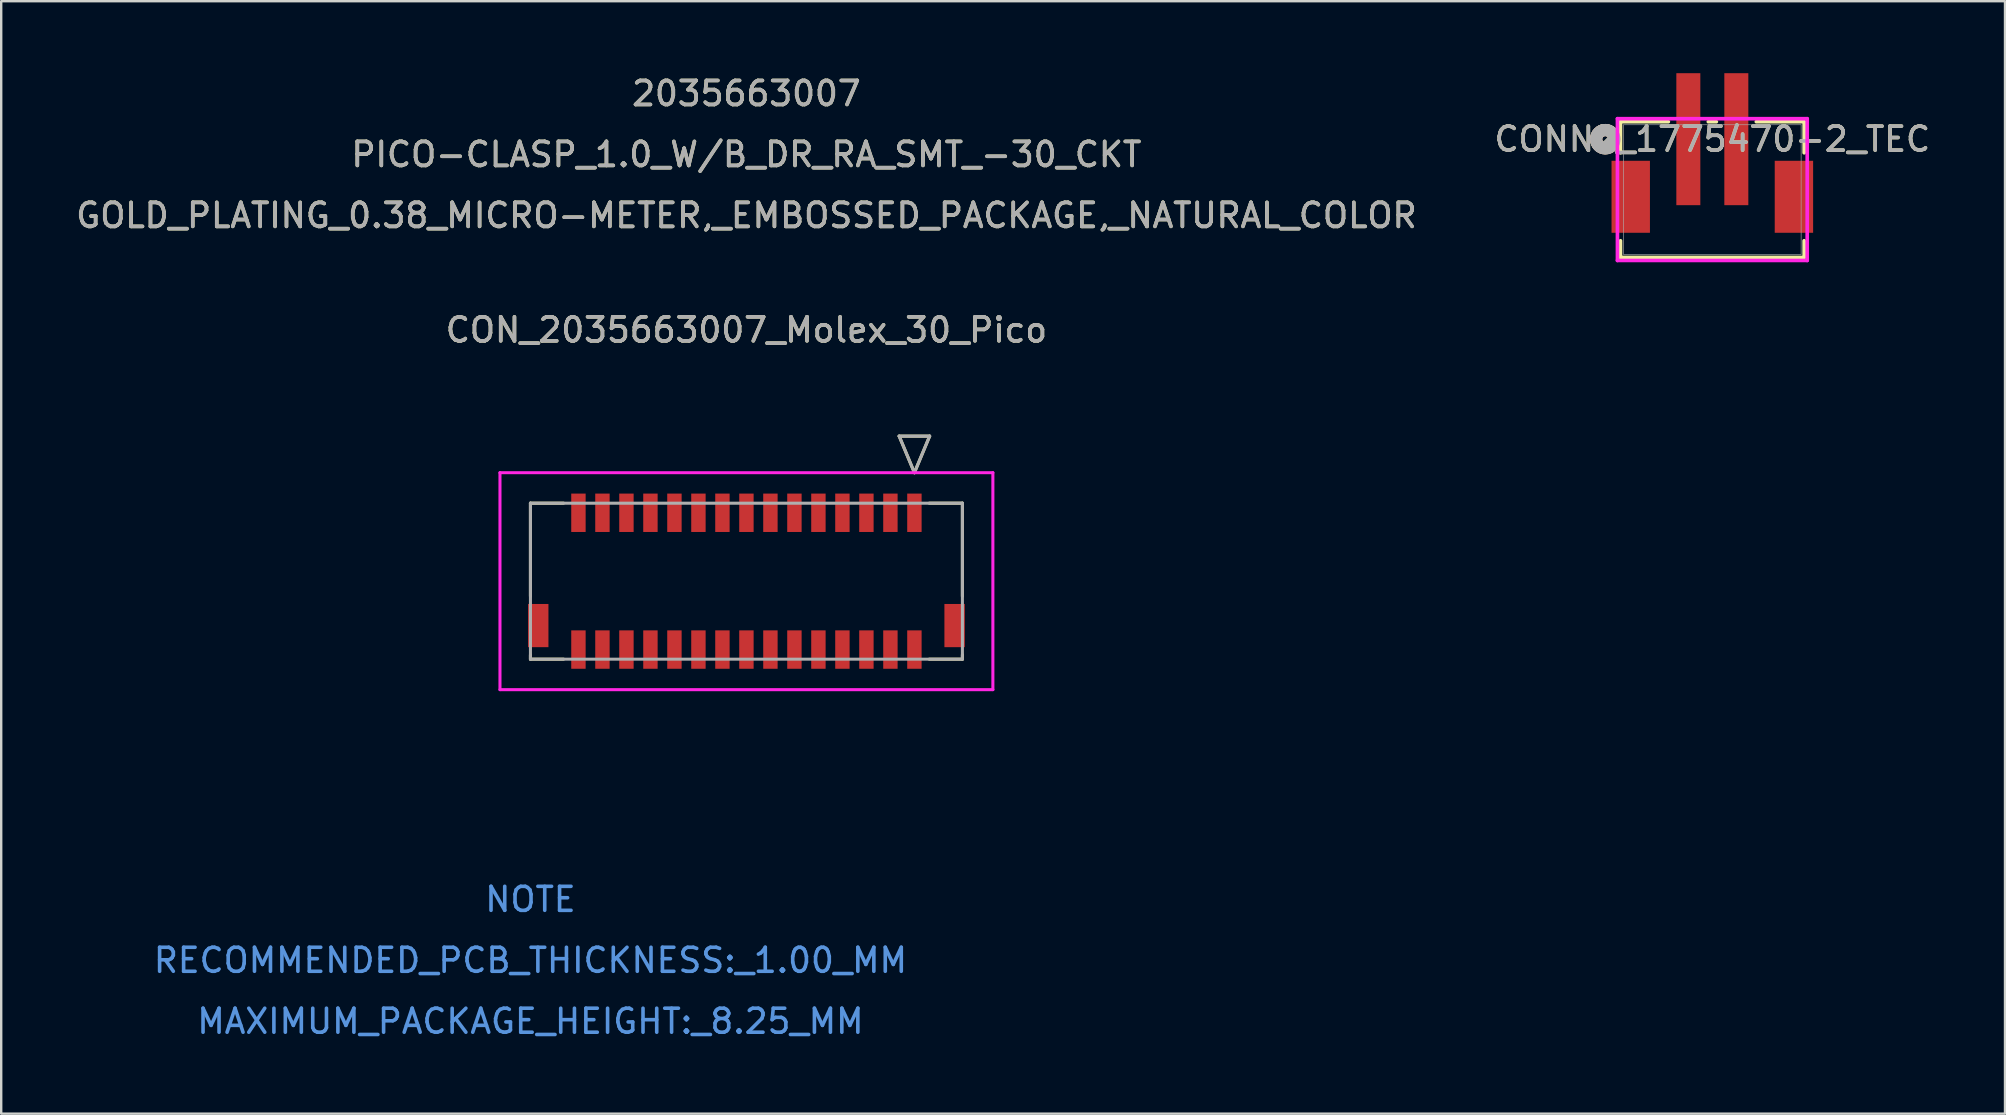
<source format=kicad_pcb>
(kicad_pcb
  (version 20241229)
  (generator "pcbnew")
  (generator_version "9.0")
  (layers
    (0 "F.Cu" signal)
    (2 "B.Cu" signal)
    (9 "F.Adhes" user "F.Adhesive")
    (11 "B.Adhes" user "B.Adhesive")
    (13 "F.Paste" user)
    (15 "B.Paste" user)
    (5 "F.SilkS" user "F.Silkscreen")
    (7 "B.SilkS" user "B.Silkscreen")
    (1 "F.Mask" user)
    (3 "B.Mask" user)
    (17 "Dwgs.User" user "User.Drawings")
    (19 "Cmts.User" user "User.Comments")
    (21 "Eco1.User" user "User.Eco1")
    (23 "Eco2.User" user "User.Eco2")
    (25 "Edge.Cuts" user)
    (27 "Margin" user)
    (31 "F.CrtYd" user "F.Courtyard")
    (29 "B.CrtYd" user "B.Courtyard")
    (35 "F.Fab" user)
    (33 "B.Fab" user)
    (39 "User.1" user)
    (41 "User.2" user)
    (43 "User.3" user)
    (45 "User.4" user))
  (footprint "CON_2035663007_Molex_30_Pico"
    (layer "F.Cu")
    (at 35.054 18.318)
    (property "Reference" "CON_2035663007_Molex_30_Pico" (at -7 -7.62 0) (unlocked yes) (layer "F.SilkS") (effects (font (size 1 1) (thickness 0.15))))
    (attr smd)
    (fp_line (start -16 -0.4) (end -16 3.48) (stroke (width 0.127) (type solid)) (layer "F.SilkS"))
    (fp_line (start -16 5.92) (end -16 6.1) (stroke (width 0.127) (type solid)) (layer "F.SilkS"))
    (fp_line (start -16 6.1) (end -14.62 6.1) (stroke (width 0.127) (type solid)) (layer "F.SilkS"))
    (fp_line (start -14.62 -0.4) (end -16 -0.4) (stroke (width 0.127) (type solid)) (layer "F.SilkS"))
    (fp_line (start -0.635 -3.194) (end 0 -1.67) (stroke (width 0.127) (type solid)) (layer "F.SilkS"))
    (fp_line (start 0 -1.67) (end 0.635 -3.194) (stroke (width 0.127) (type solid)) (layer "F.SilkS"))
    (fp_line (start 0.62 6.1) (end 2 6.1) (stroke (width 0.127) (type solid)) (layer "F.SilkS"))
    (fp_line (start 0.635 -3.194) (end -0.635 -3.194) (stroke (width 0.127) (type solid)) (layer "F.SilkS"))
    (fp_line (start 2 -0.4) (end 0.62 -0.4) (stroke (width 0.127) (type solid)) (layer "F.SilkS"))
    (fp_line (start 2 3.48) (end 2 -0.4) (stroke (width 0.127) (type solid)) (layer "F.SilkS"))
    (fp_line (start 2 6.1) (end 2 5.92) (stroke (width 0.127) (type solid)) (layer "F.SilkS"))
    (fp_line (start -17.27 -1.67) (end -17.27 7.37) (stroke (width 0.127) (type solid)) (layer "F.CrtYd"))
    (fp_line (start -17.27 7.37) (end 3.27 7.37) (stroke (width 0.127) (type solid)) (layer "F.CrtYd"))
    (fp_line (start 3.27 -1.67) (end -17.27 -1.67) (stroke (width 0.127) (type solid)) (layer "F.CrtYd"))
    (fp_line (start 3.27 7.37) (end 3.27 -1.67) (stroke (width 0.127) (type solid)) (layer "F.CrtYd"))
    (fp_line (start -16 -0.4) (end -16 6.1) (stroke (width 0.127) (type solid)) (layer "F.Fab"))
    (fp_line (start -16 6.1) (end 2 6.1) (stroke (width 0.127) (type solid)) (layer "F.Fab"))
    (fp_line (start -0.635 -3.194) (end 0 -1.67) (stroke (width 0.127) (type solid)) (layer "F.Fab"))
    (fp_line (start 0 -1.67) (end 0.635 -3.194) (stroke (width 0.127) (type solid)) (layer "F.Fab"))
    (fp_line (start 0.635 -3.194) (end -0.635 -3.194) (stroke (width 0.127) (type solid)) (layer "F.Fab"))
    (fp_line (start 2 -0.4) (end -16 -0.4) (stroke (width 0.127) (type solid)) (layer "F.Fab"))
    (fp_line (start 2 6.1) (end 2 -0.4) (stroke (width 0.127) (type solid)) (layer "F.Fab"))
    (fp_text user "PICO-CLASP_1.0_W/B_DR_RA_SMT_-30_CKT" (at -7 -14.93 0) (unlocked yes) (layer "F.SilkS") (effects (font (size 1 1) (thickness 0.15))))
    (fp_text user "GOLD_PLATING_0.38_MICRO-METER,_EMBOSSED_PACKAGE,_NATURAL_COLOR" (at -7 -12.39 0) (unlocked yes) (layer "F.SilkS") (effects (font (size 1 1) (thickness 0.15))))
    (fp_text user "2035663007" (at -7 -17.47 0) (unlocked yes) (layer "F.SilkS") (effects (font (size 1 1) (thickness 0.15))))
    (fp_text user "MAXIMUM_PACKAGE_HEIGHT:_8.25_MM" (at -16 21.19 0) (unlocked yes) (layer "Cmts.User") (effects (font (size 1 1) (thickness 0.15))))
    (fp_text user "NOTE" (at -16 16.11 0) (unlocked yes) (layer "Cmts.User") (effects (font (size 1 1) (thickness 0.15))))
    (fp_text user "RECOMMENDED_PCB_THICKNESS:_1.00_MM" (at -16 18.65 0) (unlocked yes) (layer "Cmts.User") (effects (font (size 1 1) (thickness 0.15))))
    (fp_text user "2035663007" (at -7 -17.47 0) (unlocked yes) (layer "F.Fab") (effects (font (size 1 1) (thickness 0.15))))
    (fp_text user "${REFERENCE}" (at -7 -7.62 0) (unlocked yes) (layer "F.Fab") (effects (font (size 1 1) (thickness 0.15))))
    (fp_text user "PICO-CLASP_1.0_W/B_DR_RA_SMT_-30_CKT" (at -7 -14.93 0) (unlocked yes) (layer "F.Fab") (effects (font (size 1 1) (thickness 0.15))))
    (fp_text user "GOLD_PLATING_0.38_MICRO-METER,_EMBOSSED_PACKAGE,_NATURAL_COLOR" (at -7 -12.39 0) (unlocked yes) (layer "F.Fab") (effects (font (size 1 1) (thickness 0.15))))
    (pad "1" smd rect (at 0 0) (size 0.6 1.6) (layers "F.Cu" "F.Mask" "F.Paste"))
    (pad "2" smd rect (at 0 5.7) (size 0.6 1.6) (layers "F.Cu" "F.Mask" "F.Paste"))
    (pad "3" smd rect (at -1 0) (size 0.6 1.6) (layers "F.Cu" "F.Mask" "F.Paste"))
    (pad "4" smd rect (at -1 5.7) (size 0.6 1.6) (layers "F.Cu" "F.Mask" "F.Paste"))
    (pad "5" smd rect (at -2 0) (size 0.6 1.6) (layers "F.Cu" "F.Mask" "F.Paste"))
    (pad "6" smd rect (at -2 5.7) (size 0.6 1.6) (layers "F.Cu" "F.Mask" "F.Paste"))
    (pad "7" smd rect (at -3 0) (size 0.6 1.6) (layers "F.Cu" "F.Mask" "F.Paste"))
    (pad "8" smd rect (at -3 5.7) (size 0.6 1.6) (layers "F.Cu" "F.Mask" "F.Paste"))
    (pad "9" smd rect (at -4 0) (size 0.6 1.6) (layers "F.Cu" "F.Mask" "F.Paste"))
    (pad "10" smd rect (at -4 5.7) (size 0.6 1.6) (layers "F.Cu" "F.Mask" "F.Paste"))
    (pad "11" smd rect (at -5 0) (size 0.6 1.6) (layers "F.Cu" "F.Mask" "F.Paste"))
    (pad "12" smd rect (at -5 5.7) (size 0.6 1.6) (layers "F.Cu" "F.Mask" "F.Paste"))
    (pad "13" smd rect (at -6 0) (size 0.6 1.6) (layers "F.Cu" "F.Mask" "F.Paste"))
    (pad "14" smd rect (at -6 5.7) (size 0.6 1.6) (layers "F.Cu" "F.Mask" "F.Paste"))
    (pad "15" smd rect (at -7 0) (size 0.6 1.6) (layers "F.Cu" "F.Mask" "F.Paste"))
    (pad "16" smd rect (at -7 5.7) (size 0.6 1.6) (layers "F.Cu" "F.Mask" "F.Paste"))
    (pad "17" smd rect (at -8 0) (size 0.6 1.6) (layers "F.Cu" "F.Mask" "F.Paste"))
    (pad "18" smd rect (at -8 5.7) (size 0.6 1.6) (layers "F.Cu" "F.Mask" "F.Paste"))
    (pad "19" smd rect (at -9 0) (size 0.6 1.6) (layers "F.Cu" "F.Mask" "F.Paste"))
    (pad "20" smd rect (at -9 5.7) (size 0.6 1.6) (layers "F.Cu" "F.Mask" "F.Paste"))
    (pad "21" smd rect (at -10 0) (size 0.6 1.6) (layers "F.Cu" "F.Mask" "F.Paste"))
    (pad "22" smd rect (at -10 5.7) (size 0.6 1.6) (layers "F.Cu" "F.Mask" "F.Paste"))
    (pad "23" smd rect (at -11 0) (size 0.6 1.6) (layers "F.Cu" "F.Mask" "F.Paste"))
    (pad "24" smd rect (at -11 5.7) (size 0.6 1.6) (layers "F.Cu" "F.Mask" "F.Paste"))
    (pad "25" smd rect (at -12 0) (size 0.6 1.6) (layers "F.Cu" "F.Mask" "F.Paste"))
    (pad "26" smd rect (at -12 5.7) (size 0.6 1.6) (layers "F.Cu" "F.Mask" "F.Paste"))
    (pad "27" smd rect (at -13 0) (size 0.6 1.6) (layers "F.Cu" "F.Mask" "F.Paste"))
    (pad "28" smd rect (at -13 5.7) (size 0.6 1.6) (layers "F.Cu" "F.Mask" "F.Paste"))
    (pad "29" smd rect (at -14 0) (size 0.6 1.6) (layers "F.Cu" "F.Mask" "F.Paste"))
    (pad "30" smd rect (at -14 5.7) (size 0.6 1.6) (layers "F.Cu" "F.Mask" "F.Paste"))
    (pad "31" smd rect (at 1.675 4.7) (size 0.85 1.8) (layers "F.Cu" "F.Mask" "F.Paste"))
    (pad "32" smd rect (at -15.675 4.7) (size 0.85 1.8) (layers "F.Cu" "F.Mask" "F.Paste")))
  (footprint "CONN2_1775470-2_TEC"
    (layer "F.Cu")
    (at 69.304 2.75)
    (property "Reference" "CONN2_1775470-2_TEC" (at -1 0 0) (unlocked yes) (layer "F.SilkS") (effects (font (size 1 1) (thickness 0.15))))
    (attr smd)
    (fp_line (start -4.827 -0.727) (end -4.827 0.567) (stroke (width 0.152) (type solid)) (layer "F.SilkS"))
    (fp_line (start -4.827 4.233) (end -4.827 4.927) (stroke (width 0.152) (type solid)) (layer "F.SilkS"))
    (fp_line (start -4.827 4.927) (end 2.827 4.927) (stroke (width 0.152) (type solid)) (layer "F.SilkS"))
    (fp_line (start -2.833 -0.727) (end -4.827 -0.727) (stroke (width 0.152) (type solid)) (layer "F.SilkS"))
    (fp_line (start -0.833 -0.727) (end -1.167 -0.727) (stroke (width 0.152) (type solid)) (layer "F.SilkS"))
    (fp_line (start 2.827 -0.727) (end 0.833 -0.727) (stroke (width 0.152) (type solid)) (layer "F.SilkS"))
    (fp_line (start 2.827 0.567) (end 2.827 -0.727) (stroke (width 0.152) (type solid)) (layer "F.SilkS"))
    (fp_line (start 2.827 4.927) (end 2.827 4.233) (stroke (width 0.152) (type solid)) (layer "F.SilkS"))
    (fp_circle (center -5.462 0) (end -5.081 0) (stroke (width 0.508) (type solid)) (fill no) (layer "F.SilkS"))
    (fp_circle (center -5.462 0) (end -5.081 0) (stroke (width 0.508) (type solid)) (fill no) (layer "B.SilkS"))
    (fp_line (start -4.954 -0.854) (end -4.954 5.054) (stroke (width 0.152) (type solid)) (layer "F.CrtYd"))
    (fp_line (start -4.954 5.054) (end 2.954 5.054) (stroke (width 0.152) (type solid)) (layer "F.CrtYd"))
    (fp_line (start 2.954 -0.854) (end -4.954 -0.854) (stroke (width 0.152) (type solid)) (layer "F.CrtYd"))
    (fp_line (start 2.954 5.054) (end 2.954 -0.854) (stroke (width 0.152) (type solid)) (layer "F.CrtYd"))
    (fp_line (start -4.7 -0.6) (end -4.7 4.8) (stroke (width 0.025) (type solid)) (layer "F.Fab"))
    (fp_line (start -4.7 4.8) (end 2.7 4.8) (stroke (width 0.025) (type solid)) (layer "F.Fab"))
    (fp_line (start 2.7 -0.6) (end -4.7 -0.6) (stroke (width 0.025) (type solid)) (layer "F.Fab"))
    (fp_line (start 2.7 4.8) (end 2.7 -0.6) (stroke (width 0.025) (type solid)) (layer "F.Fab"))
    (fp_circle (center -5.462 0) (end -5.081 0) (stroke (width 0.508) (type solid)) (fill no) (layer "F.Fab"))
    (fp_text user "${REFERENCE}" (at -1 0 0) (unlocked yes) (layer "F.Fab") (effects (font (size 1 1) (thickness 0.15))))
    (pad "1" smd rect (at -2 0) (size 1 5.5) (layers "F.Cu" "F.Mask" "F.Paste"))
    (pad "2" smd rect (at 0.000001 0) (size 1 5.5) (layers "F.Cu" "F.Mask" "F.Paste"))
    (pad "3" smd rect (at -4.4 2.4) (size 1.6 3) (layers "F.Cu" "F.Mask" "F.Paste"))
    (pad "4" smd rect (at 2.4 2.4) (size 1.6 3) (layers "F.Cu" "F.Mask" "F.Paste")))
  (gr_rect
    (start -3 -3)
    (end 80.5 43.357)
    (stroke (width 0.1) (type default))
    (fill no)
    (layer "Edge.Cuts")))
</source>
